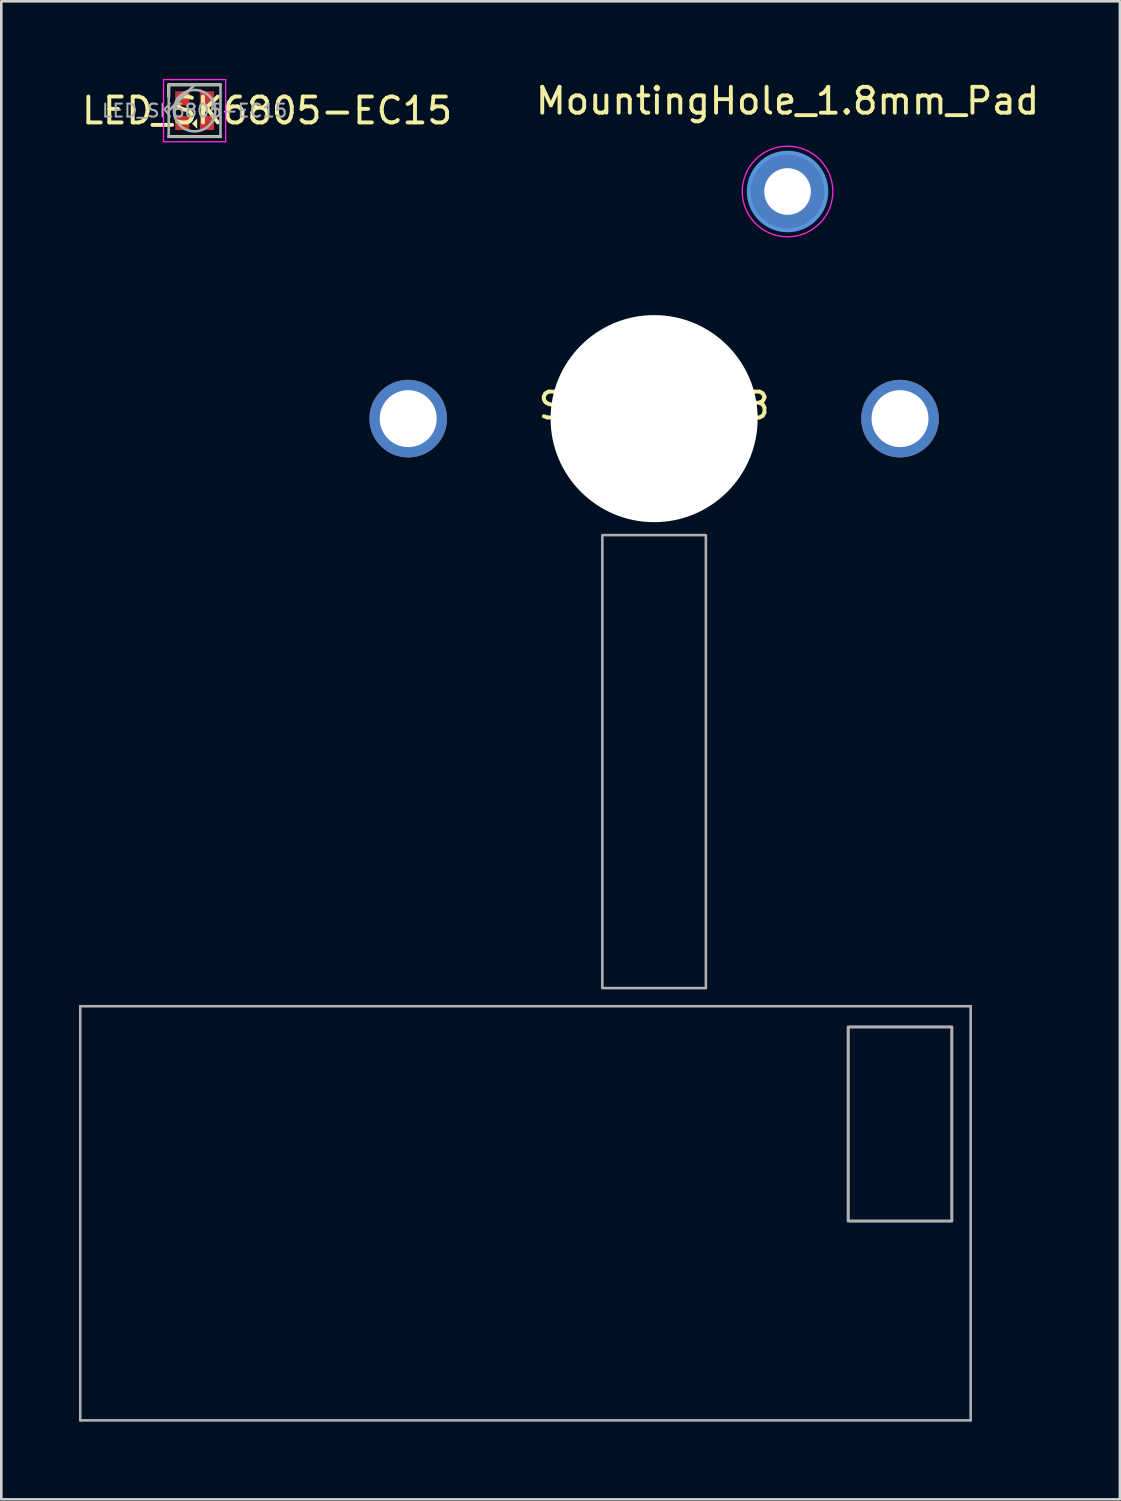
<source format=kicad_pcb>
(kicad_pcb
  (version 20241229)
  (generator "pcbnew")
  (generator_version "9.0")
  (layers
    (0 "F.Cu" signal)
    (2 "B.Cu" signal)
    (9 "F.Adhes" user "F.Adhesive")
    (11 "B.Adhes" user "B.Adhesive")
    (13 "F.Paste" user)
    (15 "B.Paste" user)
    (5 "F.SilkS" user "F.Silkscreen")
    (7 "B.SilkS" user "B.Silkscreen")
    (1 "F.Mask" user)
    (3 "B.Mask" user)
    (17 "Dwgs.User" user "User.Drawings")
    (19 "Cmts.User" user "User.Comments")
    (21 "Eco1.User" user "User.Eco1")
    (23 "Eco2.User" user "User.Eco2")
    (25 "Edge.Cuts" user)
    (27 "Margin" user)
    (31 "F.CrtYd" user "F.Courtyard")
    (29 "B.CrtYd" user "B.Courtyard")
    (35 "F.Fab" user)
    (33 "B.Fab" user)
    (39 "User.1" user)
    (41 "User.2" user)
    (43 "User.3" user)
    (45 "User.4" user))
  (footprint "SK8708-08"
    (layer "F.Cu")
    (at 22.22 13.123)
    (property "Reference" "SK8708-08" (at 0 -0.5 0) (unlocked yes) (layer "F.SilkS") (effects (font (size 1 1) (thickness 0.15))))
    (attr through_hole)
    (fp_line (start -22.17 22.7) (end -22.17 38.7) (stroke (width 0.1) (type default)) (layer "F.Fab"))
    (fp_line (start 12.23 22.7) (end -22.17 22.7) (stroke (width 0.1) (type default)) (layer "F.Fab"))
    (fp_line (start 12.23 22.7) (end 12.23 38.7) (stroke (width 0.1) (type default)) (layer "F.Fab"))
    (fp_line (start 12.23 38.7) (end -22.17 38.7) (stroke (width 0.1) (type default)) (layer "F.Fab"))
    (fp_rect (start -2 4.5) (end 2 22) (stroke (width 0.1) (type default)) (fill no) (layer "F.Fab"))
    (fp_rect (start 7.5 23.5) (end 11.5 31) (stroke (width 0.12) (type default)) (fill no) (layer "F.Fab"))
    (pad "" np_thru_hole circle (at 0 0) (size 8 8) (drill 8) (layers "*.Cu" "*.Mask"))
    (pad "1" thru_hole circle (at -9.5 0) (size 3 3) (drill 2.2) (layers "*.Cu" "*.Mask"))
    (pad "1" thru_hole circle (at 9.5 0) (size 3 3) (drill 2.2) (layers "*.Cu" "*.Mask")))
  (footprint "LED_SK6805-EC15"
    (layer "F.Cu")
    (at 4.468 1.225)
    (property "Reference" "LED_SK6805-EC15" (at 2.8 0 0) (layer "F.SilkS") (effects (font (size 1 1) (thickness 0.15))))
    (attr smd)
    (fp_line (start -1 -1) (end 1 -1) (stroke (width 0.12) (type solid)) (layer "F.SilkS"))
    (fp_line (start -1 -0.55) (end -1 -1) (stroke (width 0.12) (type solid)) (layer "F.SilkS"))
    (fp_line (start -1 1) (end 1 1) (stroke (width 0.12) (type solid)) (layer "F.SilkS"))
    (fp_poly (pts (xy 0.1 0.7) (xy -0.1 0.5) (xy 0.1 0.3)) (stroke (width 0) (type solid)) (fill yes) (layer "F.SilkS"))
    (fp_line (start -1.2 -1.2) (end -1.2 1.2) (stroke (width 0.05) (type solid)) (layer "F.CrtYd"))
    (fp_line (start -1.2 1.2) (end 1.2 1.2) (stroke (width 0.05) (type solid)) (layer "F.CrtYd"))
    (fp_line (start 1.2 -1.2) (end -1.2 -1.2) (stroke (width 0.05) (type solid)) (layer "F.CrtYd"))
    (fp_line (start 1.2 1.2) (end 1.2 -1.2) (stroke (width 0.05) (type solid)) (layer "F.CrtYd"))
    (fp_line (start -1 -1) (end -1 1) (stroke (width 0.1) (type solid)) (layer "F.Fab"))
    (fp_line (start -1 1) (end 1 1) (stroke (width 0.1) (type solid)) (layer "F.Fab"))
    (fp_line (start 0 -1) (end -1 0) (stroke (width 0.1) (type solid)) (layer "F.Fab"))
    (fp_line (start 1 -1) (end -1 -1) (stroke (width 0.1) (type solid)) (layer "F.Fab"))
    (fp_line (start 1 1) (end 1 -1) (stroke (width 0.1) (type solid)) (layer "F.Fab"))
    (fp_circle (center 0 0) (end 0.8 0) (stroke (width 0.1) (type solid)) (fill no) (layer "F.Fab"))
    (fp_text user "${REFERENCE}" (at 0 0 0) (layer "F.Fab") (effects (font (size 0.5 0.5) (thickness 0.075))))
    (pad "1" smd rect (at -0.475 -0.475) (size 0.55 0.55) (layers "F.Cu" "F.Mask" "F.Paste"))
    (pad "2" smd rect (at -0.475 0.475) (size 0.55 0.55) (layers "F.Cu" "F.Mask" "F.Paste"))
    (pad "3" smd rect (at 0.475 0.475) (size 0.55 0.55) (layers "F.Cu" "F.Mask" "F.Paste"))
    (pad "4" smd rect (at 0.475 -0.475) (size 0.55 0.55) (layers "F.Cu" "F.Mask" "F.Paste")))
  (footprint "MountingHole_1.8mm_Pad"
    (layer "F.Cu")
    (at 27.375 4.348)
    (property "Reference" "MountingHole_1.8mm_Pad" (at 0 -3.5 0) (layer "F.SilkS") (effects (font (size 1 1) (thickness 0.15))))
    (attr exclude_from_pos_files exclude_from_bom)
    (fp_circle (center 0 0) (end 1.5 0) (stroke (width 0.15) (type solid)) (fill no) (layer "Cmts.User"))
    (fp_circle (center 0 0) (end 1.75 0) (stroke (width 0.05) (type solid)) (fill no) (layer "F.CrtYd"))
    (pad "1" thru_hole circle (at 0 0) (size 3 3) (drill 1.8) (layers "*.Cu" "*.Mask"))
    (zone (net_name "") (layers "F.Cu" "B.Cu") (hatch edge 0.5) (connect_pads) (min_thickness 0.25) (filled_areas_thickness no) (keepout (tracks not_allowed) (vias not_allowed) (pads allowed) (copperpour allowed) (footprints allowed)) (placement (enabled no)) (fill) (polygon (pts (xy 29.125 4.348) (xy 29.105 4.087) (xy 29.047 3.832) (xy 28.952 3.589) (xy 28.821 3.362) (xy 28.658 3.158) (xy 28.466 2.98) (xy 28.25 2.833) (xy 28.014 2.719) (xy 27.764 2.642) (xy 27.506 2.603) (xy 27.244 2.603) (xy 26.986 2.642) (xy 26.736 2.719) (xy 26.5 2.833) (xy 26.284 2.98) (xy 26.092 3.158) (xy 25.929 3.362) (xy 25.798 3.589) (xy 25.703 3.832) (xy 25.645 4.087) (xy 25.625 4.348) (xy 25.645 4.609) (xy 25.703 4.864) (xy 25.798 5.108) (xy 25.929 5.334) (xy 26.092 5.539) (xy 26.284 5.716) (xy 26.5 5.864) (xy 26.736 5.977) (xy 26.986 6.054) (xy 27.244 6.093) (xy 27.506 6.093) (xy 27.764 6.054) (xy 28.014 5.977) (xy 28.25 5.864) (xy 28.466 5.716) (xy 28.658 5.539) (xy 28.821 5.334) (xy 28.952 5.108) (xy 29.047 4.864) (xy 29.105 4.609)))))
  (gr_rect
    (start -3 -3)
    (end 40.214 54.873)
    (stroke (width 0.1) (type default))
    (fill no)
    (layer "Edge.Cuts")))
</source>
